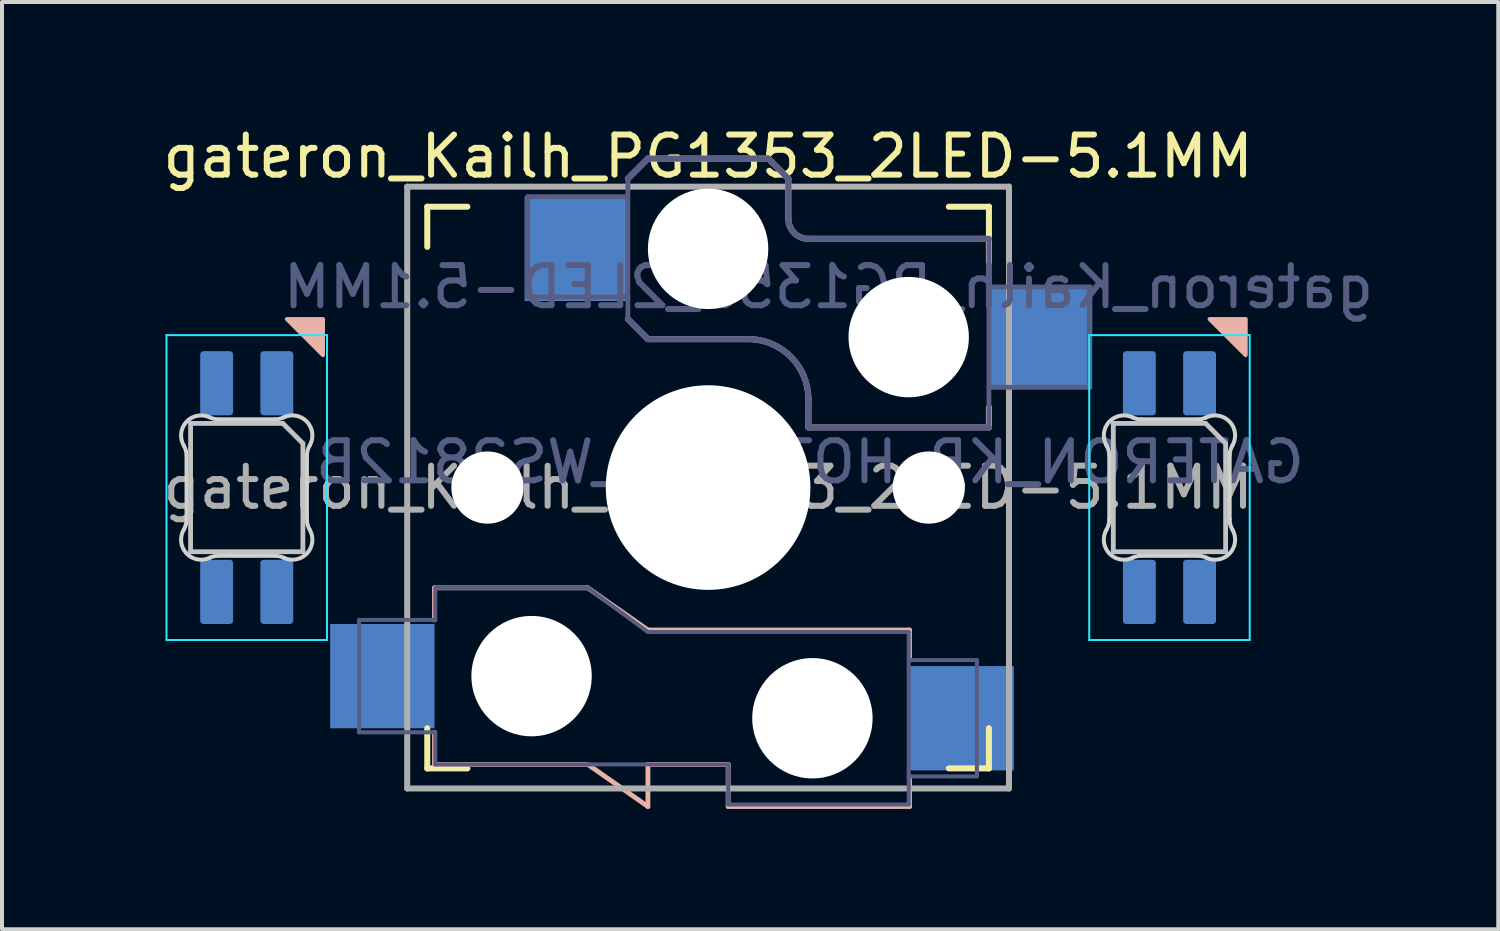
<source format=kicad_pcb>
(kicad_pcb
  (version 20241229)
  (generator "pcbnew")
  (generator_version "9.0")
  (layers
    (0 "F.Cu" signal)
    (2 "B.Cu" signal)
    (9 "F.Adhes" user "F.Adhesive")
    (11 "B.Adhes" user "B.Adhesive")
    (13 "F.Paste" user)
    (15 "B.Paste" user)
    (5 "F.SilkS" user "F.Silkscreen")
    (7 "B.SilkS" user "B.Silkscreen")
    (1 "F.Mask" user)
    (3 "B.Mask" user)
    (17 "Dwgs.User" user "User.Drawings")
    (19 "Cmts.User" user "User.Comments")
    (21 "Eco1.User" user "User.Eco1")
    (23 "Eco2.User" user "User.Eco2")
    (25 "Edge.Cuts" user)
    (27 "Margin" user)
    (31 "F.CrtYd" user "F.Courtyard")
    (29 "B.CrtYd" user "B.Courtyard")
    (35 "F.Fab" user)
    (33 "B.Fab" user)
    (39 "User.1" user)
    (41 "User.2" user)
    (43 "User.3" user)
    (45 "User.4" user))
  (footprint "gateron_Kailh_PG1353_2LED-5.1MM"
    (layer "F.Cu")
    (at 14.6 9.103)
    (property "Reference" "gateron_Kailh_PG1353_2LED-5.1MM" (at 0 -8.255 0) (layer "F.SilkS") (effects (font (size 1 1) (thickness 0.15))))
    (property "Value" "GATERON_KB_HOTSWAP_WS2812B" (at 0 8.25 0) (layer "F.Fab") (hide yes) (effects (font (size 1 1) (thickness 0.15))))
    (attr through_hole)
    (fp_line (start -7 -6) (end -7 -7) (stroke (width 0.15) (type solid)) (layer "F.SilkS"))
    (fp_line (start -7 7) (end -7 6) (stroke (width 0.15) (type solid)) (layer "F.SilkS"))
    (fp_line (start -7 7) (end -6 7) (stroke (width 0.15) (type solid)) (layer "F.SilkS"))
    (fp_line (start -6 -7) (end -7 -7) (stroke (width 0.15) (type solid)) (layer "F.SilkS"))
    (fp_line (start 6 7) (end 7 7) (stroke (width 0.15) (type solid)) (layer "F.SilkS"))
    (fp_line (start 7 -7) (end 6 -7) (stroke (width 0.15) (type solid)) (layer "F.SilkS"))
    (fp_line (start 7 -7) (end 7 -6) (stroke (width 0.15) (type solid)) (layer "F.SilkS"))
    (fp_line (start 7 6) (end 7 7) (stroke (width 0.15) (type solid)) (layer "F.SilkS"))
    (fp_line (start -6.82 2.5) (end -3 2.5) (stroke (width 0.12) (type default)) (layer "B.SilkS"))
    (fp_line (start -6.82 3.3) (end -6.82 2.5) (stroke (width 0.12) (type default)) (layer "B.SilkS"))
    (fp_line (start -6.82 6.9) (end -6.82 6.1) (stroke (width 0.12) (type default)) (layer "B.SilkS"))
    (fp_line (start -3 2.5) (end -1.5 3.55) (stroke (width 0.12) (type default)) (layer "B.SilkS"))
    (fp_line (start -3 6.9) (end -6.82 6.9) (stroke (width 0.12) (type default)) (layer "B.SilkS"))
    (fp_line (start -2 -7.7) (end -1.5 -8.2) (stroke (width 0.15) (type solid)) (layer "B.SilkS"))
    (fp_line (start -2 -4.2) (end -1.5 -3.7) (stroke (width 0.15) (type solid)) (layer "B.SilkS"))
    (fp_line (start -1.5 -8.2) (end 1.5 -8.2) (stroke (width 0.15) (type solid)) (layer "B.SilkS"))
    (fp_line (start -1.5 -3.7) (end 1 -3.7) (stroke (width 0.15) (type solid)) (layer "B.SilkS"))
    (fp_line (start -1.5 3.55) (end 5.02 3.55) (stroke (width 0.12) (type default)) (layer "B.SilkS"))
    (fp_line (start -1.5 6.9) (end -1.5 7.95) (stroke (width 0.12) (type default)) (layer "B.SilkS"))
    (fp_line (start -1.5 7.95) (end -3 6.9) (stroke (width 0.12) (type default)) (layer "B.SilkS"))
    (fp_line (start 0.5 6.9) (end -1.5 6.9) (stroke (width 0.12) (type default)) (layer "B.SilkS"))
    (fp_line (start 0.5 7.95) (end 0.5 6.9) (stroke (width 0.12) (type default)) (layer "B.SilkS"))
    (fp_line (start 1.5 -8.2) (end 2 -7.7) (stroke (width 0.15) (type solid)) (layer "B.SilkS"))
    (fp_line (start 2 -6.7) (end 2 -7.7) (stroke (width 0.15) (type solid)) (layer "B.SilkS"))
    (fp_line (start 2.5 -2.2) (end 2.5 -1.5) (stroke (width 0.15) (type solid)) (layer "B.SilkS"))
    (fp_line (start 2.5 -1.5) (end 7 -1.5) (stroke (width 0.15) (type solid)) (layer "B.SilkS"))
    (fp_line (start 5.02 3.55) (end 5.02 4.3) (stroke (width 0.12) (type default)) (layer "B.SilkS"))
    (fp_line (start 5.02 7.2) (end 5.02 7.95) (stroke (width 0.12) (type default)) (layer "B.SilkS"))
    (fp_line (start 5.02 7.95) (end 0.5 7.95) (stroke (width 0.12) (type default)) (layer "B.SilkS"))
    (fp_line (start 7 -6.2) (end 2.5 -6.2) (stroke (width 0.15) (type solid)) (layer "B.SilkS"))
    (fp_line (start 7 -5.6) (end 7 -6.2) (stroke (width 0.15) (type solid)) (layer "B.SilkS"))
    (fp_line (start 7 -1.5) (end 7 -2) (stroke (width 0.15) (type solid)) (layer "B.SilkS"))
    (fp_arc (start 1 -3.7) (mid 2.06066 -3.26066) (end 2.5 -2.2) (stroke (width 0.15) (type solid)) (layer "B.SilkS"))
    (fp_arc (start 2.5 -6.2) (mid 2.146447 -6.346447) (end 2 -6.7) (stroke (width 0.15) (type solid)) (layer "B.SilkS"))
    (fp_poly (pts (xy -10.5 -4.2) (xy -9.6 -3.3) (xy -9.6 -4.2)) (stroke (width 0.1) (type solid)) (fill yes) (layer "B.SilkS"))
    (fp_poly (pts (xy 12.5 -4.2) (xy 13.4 -3.3) (xy 13.4 -4.2)) (stroke (width 0.1) (type solid)) (fill yes) (layer "B.SilkS"))
    (fp_line (start -12.9 -1.6) (end -12.9 1.6) (stroke (width 0.12) (type solid)) (layer "Dwgs.User"))
    (fp_line (start -12.9 1.6) (end -10.1 1.6) (stroke (width 0.12) (type solid)) (layer "Dwgs.User"))
    (fp_line (start -10.6 -1.6) (end -12.9 -1.6) (stroke (width 0.12) (type solid)) (layer "Dwgs.User"))
    (fp_line (start -10.6 -1.6) (end -10.1 -1.1) (stroke (width 0.12) (type solid)) (layer "Dwgs.User"))
    (fp_line (start -10.1 1.6) (end -10.1 -1.1) (stroke (width 0.12) (type solid)) (layer "Dwgs.User"))
    (fp_line (start 10.1 -1.6) (end 10.1 1.6) (stroke (width 0.12) (type solid)) (layer "Dwgs.User"))
    (fp_line (start 10.1 1.6) (end 12.9 1.6) (stroke (width 0.12) (type solid)) (layer "Dwgs.User"))
    (fp_line (start 12.4 -1.6) (end 10.1 -1.6) (stroke (width 0.12) (type solid)) (layer "Dwgs.User"))
    (fp_line (start 12.4 -1.6) (end 12.9 -1.1) (stroke (width 0.12) (type solid)) (layer "Dwgs.User"))
    (fp_line (start 12.9 1.6) (end 12.9 -1.1) (stroke (width 0.12) (type solid)) (layer "Dwgs.User"))
    (fp_line (start -6.9 6.9) (end -6.9 -6.9) (stroke (width 0.15) (type solid)) (layer "Eco2.User"))
    (fp_line (start -6.9 6.9) (end 6.9 6.9) (stroke (width 0.15) (type solid)) (layer "Eco2.User"))
    (fp_line (start -2.6 -3.1) (end -2.6 -6.3) (stroke (width 0.15) (type solid)) (layer "Eco2.User"))
    (fp_line (start -2.6 -3.1) (end 2.6 -3.1) (stroke (width 0.15) (type solid)) (layer "Eco2.User"))
    (fp_line (start 2.6 -6.3) (end -2.6 -6.3) (stroke (width 0.15) (type solid)) (layer "Eco2.User"))
    (fp_line (start 2.6 -3.1) (end 2.6 -6.3) (stroke (width 0.15) (type solid)) (layer "Eco2.User"))
    (fp_line (start 6.9 -6.9) (end -6.9 -6.9) (stroke (width 0.15) (type solid)) (layer "Eco2.User"))
    (fp_line (start 6.9 -6.9) (end 6.9 6.9) (stroke (width 0.15) (type solid)) (layer "Eco2.User"))
    (fp_circle (center -11.5 0) (end -10.2 0) (stroke (width 0.2) (type default)) (fill no) (layer "Eco2.User"))
    (fp_circle (center -11.5 0) (end -8.5 0) (stroke (width 0.2) (type default)) (fill no) (layer "Eco2.User"))
    (fp_circle (center 11.5 0) (end 12.8 0) (stroke (width 0.2) (type default)) (fill no) (layer "Eco2.User"))
    (fp_circle (center 11.5 0) (end 14.5 0) (stroke (width 0.2) (type default)) (fill no) (layer "Eco2.User"))
    (fp_line (start -13 0.794) (end -13 -0.794) (stroke (width 0.1) (type solid)) (layer "Edge.Cuts"))
    (fp_line (start -12.203 -1.7) (end -10.797 -1.7) (stroke (width 0.1) (type solid)) (layer "Edge.Cuts"))
    (fp_line (start -10.797 1.7) (end -12.203 1.7) (stroke (width 0.1) (type solid)) (layer "Edge.Cuts"))
    (fp_line (start -10 -0.794) (end -10 0.794) (stroke (width 0.1) (type solid)) (layer "Edge.Cuts"))
    (fp_line (start 10 0.794) (end 10 -0.794) (stroke (width 0.1) (type solid)) (layer "Edge.Cuts"))
    (fp_line (start 10.797 -1.7) (end 12.203 -1.7) (stroke (width 0.1) (type solid)) (layer "Edge.Cuts"))
    (fp_line (start 12.203 1.7) (end 10.797 1.7) (stroke (width 0.1) (type solid)) (layer "Edge.Cuts"))
    (fp_line (start 13 -0.794) (end 13 0.794) (stroke (width 0.1) (type solid)) (layer "Edge.Cuts"))
    (fp_arc (start -13.068298 -1.046711) (mid -13.017371 -0.925124) (end -12.999999 -0.794453) (stroke (width 0.1) (type solid)) (layer "Edge.Cuts"))
    (fp_arc (start -13.068298 -1.046711) (mid -13.004038 -1.638074) (end -12.41972 -1.749484) (stroke (width 0.1) (type solid)) (layer "Edge.Cuts"))
    (fp_arc (start -13 0.794453) (mid -13.017371 0.925125) (end -13.068299 1.046711) (stroke (width 0.1) (type solid)) (layer "Edge.Cuts"))
    (fp_arc (start -12.41972 1.749484) (mid -13.00404 1.638075) (end -13.068299 1.046711) (stroke (width 0.1) (type solid)) (layer "Edge.Cuts"))
    (fp_arc (start -12.41972 1.749484) (mid -12.314072 1.712509) (end -12.202842 1.699999) (stroke (width 0.1) (type solid)) (layer "Edge.Cuts"))
    (fp_arc (start -12.202843 -1.699999) (mid -12.314068 -1.712527) (end -12.41972 -1.749484) (stroke (width 0.1) (type solid)) (layer "Edge.Cuts"))
    (fp_arc (start -10.797157 1.699999) (mid -10.68593 1.71252) (end -10.58028 1.749484) (stroke (width 0.1) (type solid)) (layer "Edge.Cuts"))
    (fp_arc (start -10.580281 -1.749484) (mid -9.995967 -1.63807) (end -9.931701 -1.046711) (stroke (width 0.1) (type solid)) (layer "Edge.Cuts"))
    (fp_arc (start -10.58028 -1.749484) (mid -10.685932 -1.712528) (end -10.797158 -1.699999) (stroke (width 0.1) (type solid)) (layer "Edge.Cuts"))
    (fp_arc (start -10 -0.794452) (mid -9.982615 -0.92512) (end -9.931701 -1.046711) (stroke (width 0.1) (type solid)) (layer "Edge.Cuts"))
    (fp_arc (start -9.931703 1.046711) (mid -9.995958 1.638078) (end -10.58028 1.749484) (stroke (width 0.1) (type solid)) (layer "Edge.Cuts"))
    (fp_arc (start -9.931701 1.04671) (mid -9.982623 0.925122) (end -10 0.794452) (stroke (width 0.1) (type solid)) (layer "Edge.Cuts"))
    (fp_arc (start 9.931702 -1.046711) (mid 9.982623 -0.925124) (end 10.000001 -0.794453) (stroke (width 0.1) (type solid)) (layer "Edge.Cuts"))
    (fp_arc (start 9.931702 -1.046711) (mid 9.995965 -1.638071) (end 10.58028 -1.749484) (stroke (width 0.1) (type solid)) (layer "Edge.Cuts"))
    (fp_arc (start 10 0.794453) (mid 9.982629 0.925124) (end 9.931701 1.046711) (stroke (width 0.1) (type solid)) (layer "Edge.Cuts"))
    (fp_arc (start 10.58028 1.749484) (mid 9.995979 1.638079) (end 9.931701 1.046711) (stroke (width 0.1) (type solid)) (layer "Edge.Cuts"))
    (fp_arc (start 10.58028 1.749484) (mid 10.685928 1.712509) (end 10.797158 1.699999) (stroke (width 0.1) (type solid)) (layer "Edge.Cuts"))
    (fp_arc (start 10.797157 -1.699999) (mid 10.685935 -1.712536) (end 10.58028 -1.749484) (stroke (width 0.1) (type solid)) (layer "Edge.Cuts"))
    (fp_arc (start 12.202843 1.699999) (mid 12.314071 1.71252) (end 12.41972 1.749484) (stroke (width 0.1) (type solid)) (layer "Edge.Cuts"))
    (fp_arc (start 12.419719 -1.749484) (mid 13.004021 -1.63808) (end 13.068299 -1.046711) (stroke (width 0.1) (type solid)) (layer "Edge.Cuts"))
    (fp_arc (start 12.41972 -1.749484) (mid 12.314068 -1.712526) (end 12.202842 -1.699999) (stroke (width 0.1) (type solid)) (layer "Edge.Cuts"))
    (fp_arc (start 13 -0.794452) (mid 13.017383 -0.925121) (end 13.068299 -1.046711) (stroke (width 0.1) (type solid)) (layer "Edge.Cuts"))
    (fp_arc (start 13.068297 1.046711) (mid 13.004042 1.638077) (end 12.41972 1.749484) (stroke (width 0.1) (type solid)) (layer "Edge.Cuts"))
    (fp_arc (start 13.068299 1.04671) (mid 13.017364 0.925124) (end 13 0.794452) (stroke (width 0.1) (type solid)) (layer "Edge.Cuts"))
    (fp_line (start -13.5 -3.8) (end -13.5 3.8) (stroke (width 0.05) (type solid)) (layer "B.CrtYd"))
    (fp_line (start -13.5 3.8) (end -9.5 3.8) (stroke (width 0.05) (type solid)) (layer "B.CrtYd"))
    (fp_line (start -9.5 -3.8) (end -13.5 -3.8) (stroke (width 0.05) (type solid)) (layer "B.CrtYd"))
    (fp_line (start -9.5 3.8) (end -9.5 -3.8) (stroke (width 0.05) (type solid)) (layer "B.CrtYd"))
    (fp_line (start 9.5 -3.8) (end 9.5 3.8) (stroke (width 0.05) (type solid)) (layer "B.CrtYd"))
    (fp_line (start 9.5 3.8) (end 13.5 3.8) (stroke (width 0.05) (type solid)) (layer "B.CrtYd"))
    (fp_line (start 13.5 -3.8) (end 9.5 -3.8) (stroke (width 0.05) (type solid)) (layer "B.CrtYd"))
    (fp_line (start 13.5 3.8) (end 13.5 -3.8) (stroke (width 0.05) (type solid)) (layer "B.CrtYd"))
    (fp_line (start -8.7 3.3) (end -8.7 6) (stroke (width 0.1) (type default)) (layer "B.Fab"))
    (fp_line (start -8.7 6) (end -8.7 6.1) (stroke (width 0.1) (type default)) (layer "B.Fab"))
    (fp_line (start -8.7 6.1) (end -6.8 6.1) (stroke (width 0.1) (type default)) (layer "B.Fab"))
    (fp_line (start -6.8 2.5) (end -6.8 3.3) (stroke (width 0.1) (type default)) (layer "B.Fab"))
    (fp_line (start -6.8 3.3) (end -8.7 3.3) (stroke (width 0.1) (type default)) (layer "B.Fab"))
    (fp_line (start -6.8 6.1) (end -6.8 6.9) (stroke (width 0.1) (type default)) (layer "B.Fab"))
    (fp_line (start -6.8 6.9) (end -3 6.9) (stroke (width 0.1) (type default)) (layer "B.Fab"))
    (fp_line (start -4.5 -7.25) (end -2 -7.25) (stroke (width 0.12) (type solid)) (layer "B.Fab"))
    (fp_line (start -4.5 -4.75) (end -4.5 -7.25) (stroke (width 0.12) (type solid)) (layer "B.Fab"))
    (fp_line (start -3 2.5) (end -6.8 2.5) (stroke (width 0.1) (type default)) (layer "B.Fab"))
    (fp_line (start -3 6.9) (end 0.5 6.9) (stroke (width 0.1) (type default)) (layer "B.Fab"))
    (fp_line (start -2 -7.7) (end -1.5 -8.2) (stroke (width 0.15) (type solid)) (layer "B.Fab"))
    (fp_line (start -2 -4.75) (end -4.5 -4.75) (stroke (width 0.12) (type solid)) (layer "B.Fab"))
    (fp_line (start -2 -4.25) (end -2 -7.7) (stroke (width 0.12) (type solid)) (layer "B.Fab"))
    (fp_line (start -2 -4.2) (end -1.5 -3.7) (stroke (width 0.15) (type solid)) (layer "B.Fab"))
    (fp_line (start -1.5 -8.2) (end 1.5 -8.2) (stroke (width 0.15) (type solid)) (layer "B.Fab"))
    (fp_line (start -1.5 -3.7) (end 1 -3.7) (stroke (width 0.15) (type solid)) (layer "B.Fab"))
    (fp_line (start -1.5 3.6) (end -3 2.5) (stroke (width 0.1) (type default)) (layer "B.Fab"))
    (fp_line (start 0.5 6.9) (end 0.5 7.9) (stroke (width 0.1) (type default)) (layer "B.Fab"))
    (fp_line (start 0.5 7.9) (end 5 7.9) (stroke (width 0.1) (type default)) (layer "B.Fab"))
    (fp_line (start 1.5 -8.2) (end 2 -7.7) (stroke (width 0.15) (type solid)) (layer "B.Fab"))
    (fp_line (start 2 -6.7) (end 2 -7.7) (stroke (width 0.15) (type solid)) (layer "B.Fab"))
    (fp_line (start 2.5 -2.2) (end 2.5 -1.5) (stroke (width 0.15) (type solid)) (layer "B.Fab"))
    (fp_line (start 2.5 -1.5) (end 7 -1.5) (stroke (width 0.15) (type solid)) (layer "B.Fab"))
    (fp_line (start 5 3.6) (end -1.5 3.6) (stroke (width 0.1) (type default)) (layer "B.Fab"))
    (fp_line (start 5 4.3) (end 6.7 4.3) (stroke (width 0.1) (type default)) (layer "B.Fab"))
    (fp_line (start 5 7.2) (end 5 3.6) (stroke (width 0.1) (type default)) (layer "B.Fab"))
    (fp_line (start 5 7.9) (end 5 7.2) (stroke (width 0.1) (type default)) (layer "B.Fab"))
    (fp_line (start 6.7 4.3) (end 6.7 7.2) (stroke (width 0.1) (type default)) (layer "B.Fab"))
    (fp_line (start 6.7 7.2) (end 5 7.2) (stroke (width 0.1) (type default)) (layer "B.Fab"))
    (fp_line (start 7 -6.2) (end 2.5 -6.2) (stroke (width 0.15) (type solid)) (layer "B.Fab"))
    (fp_line (start 7 -5) (end 9.5 -5) (stroke (width 0.12) (type solid)) (layer "B.Fab"))
    (fp_line (start 7 -1.5) (end 7 -6.2) (stroke (width 0.12) (type solid)) (layer "B.Fab"))
    (fp_line (start 9.5 -5) (end 9.5 -2.5) (stroke (width 0.12) (type solid)) (layer "B.Fab"))
    (fp_line (start 9.5 -2.5) (end 7 -2.5) (stroke (width 0.12) (type solid)) (layer "B.Fab"))
    (fp_arc (start 1 -3.7) (mid 2.06066 -3.26066) (end 2.5 -2.2) (stroke (width 0.15) (type solid)) (layer "B.Fab"))
    (fp_arc (start 2.5 -6.2) (mid 2.146447 -6.346447) (end 2 -6.7) (stroke (width 0.15) (type solid)) (layer "B.Fab"))
    (fp_line (start -7.5 -7.5) (end 7.5 -7.5) (stroke (width 0.15) (type solid)) (layer "F.Fab"))
    (fp_line (start -7.5 7.5) (end -7.5 -7.5) (stroke (width 0.15) (type solid)) (layer "F.Fab"))
    (fp_line (start 7.5 -7.5) (end 7.5 7.5) (stroke (width 0.15) (type solid)) (layer "F.Fab"))
    (fp_line (start 7.5 7.5) (end -7.5 7.5) (stroke (width 0.15) (type solid)) (layer "F.Fab"))
    (fp_text user "${VALUE}" (at 2.54 -0.635 0) (layer "B.Fab") (effects (font (size 1 1) (thickness 0.15)) (justify mirror)))
    (fp_text user "${REFERENCE}" (at 3 -5 0) (layer "B.Fab") (effects (font (size 1 1) (thickness 0.15)) (justify mirror)))
    (fp_text user "${REFERENCE}" (at 0 0 0) (layer "F.Fab") (effects (font (size 1 1) (thickness 0.15))))
    (pad "" np_thru_hole circle (at -5.5 0) (size 1.8 1.8) (drill 1.8) (layers "*.Cu" "*.Mask"))
    (pad "" np_thru_hole circle (at -4.4 4.7) (size 3 3) (drill 3) (layers "*.Cu" "*.Mask"))
    (pad "" np_thru_hole circle (at 0 -5.95) (size 3 3) (drill 3) (layers "*.Cu" "*.Mask"))
    (pad "" np_thru_hole circle (at 0 0) (size 5.1 5.1) (drill 5.1) (layers "*.Cu" "*.Mask"))
    (pad "" np_thru_hole circle (at 2.6 5.75) (size 3 3) (drill 3) (layers "*.Cu" "*.Mask"))
    (pad "" np_thru_hole circle (at 5 -3.75) (size 3 3) (drill 3) (layers "*.Cu" "*.Mask"))
    (pad "" np_thru_hole circle (at 5.5 0) (size 1.8 1.8) (drill 1.8) (layers "*.Cu" "*.Mask"))
    (pad "1" smd roundrect (at -12.25 2.6) (size 0.82 1.6) (layers "B.Cu" "B.Mask" "B.Paste") (roundrect_rratio 0.1))
    (pad "1a" smd roundrect (at 10.75 2.6) (size 0.82 1.6) (layers "B.Cu" "B.Mask" "B.Paste") (roundrect_rratio 0.1))
    (pad "2" smd roundrect (at -10.75 2.6) (size 0.82 1.6) (layers "B.Cu" "B.Mask" "B.Paste") (roundrect_rratio 0.1))
    (pad "2a" smd roundrect (at 12.25 2.6) (size 0.82 1.6) (layers "B.Cu" "B.Mask" "B.Paste") (roundrect_rratio 0.1))
    (pad "3" smd roundrect (at -10.75 -2.6) (size 0.82 1.6) (layers "B.Cu" "B.Mask" "B.Paste") (roundrect_rratio 0.1))
    (pad "3a" smd roundrect (at 12.25 -2.6) (size 0.82 1.6) (layers "B.Cu" "B.Mask" "B.Paste") (roundrect_rratio 0.1))
    (pad "4" smd roundrect (at -12.25 -2.6) (size 0.82 1.6) (layers "B.Cu" "B.Mask" "B.Paste") (roundrect_rratio 0.1))
    (pad "4a" smd roundrect (at 10.75 -2.6) (size 0.82 1.6) (layers "B.Cu" "B.Mask" "B.Paste") (roundrect_rratio 0.1))
    (pad "A" smd rect (at -8.12 4.7) (size 2.6 2.6) (layers "B.Cu" "B.Mask" "B.Paste"))
    (pad "A" smd rect (at -3.275 -5.95) (size 2.6 2.6) (layers "B.Cu" "B.Mask" "B.Paste"))
    (pad "B" smd rect (at 6.32 5.75) (size 2.6 2.6) (layers "B.Cu" "B.Mask" "B.Paste"))
    (pad "B" smd rect (at 8.275 -3.75) (size 2.6 2.6) (layers "B.Cu" "B.Mask" "B.Paste")))
  (gr_rect
    (start -3 -3)
    (end 34.296 20.113)
    (stroke (width 0.1) (type default))
    (fill no)
    (layer "Edge.Cuts")))
</source>
